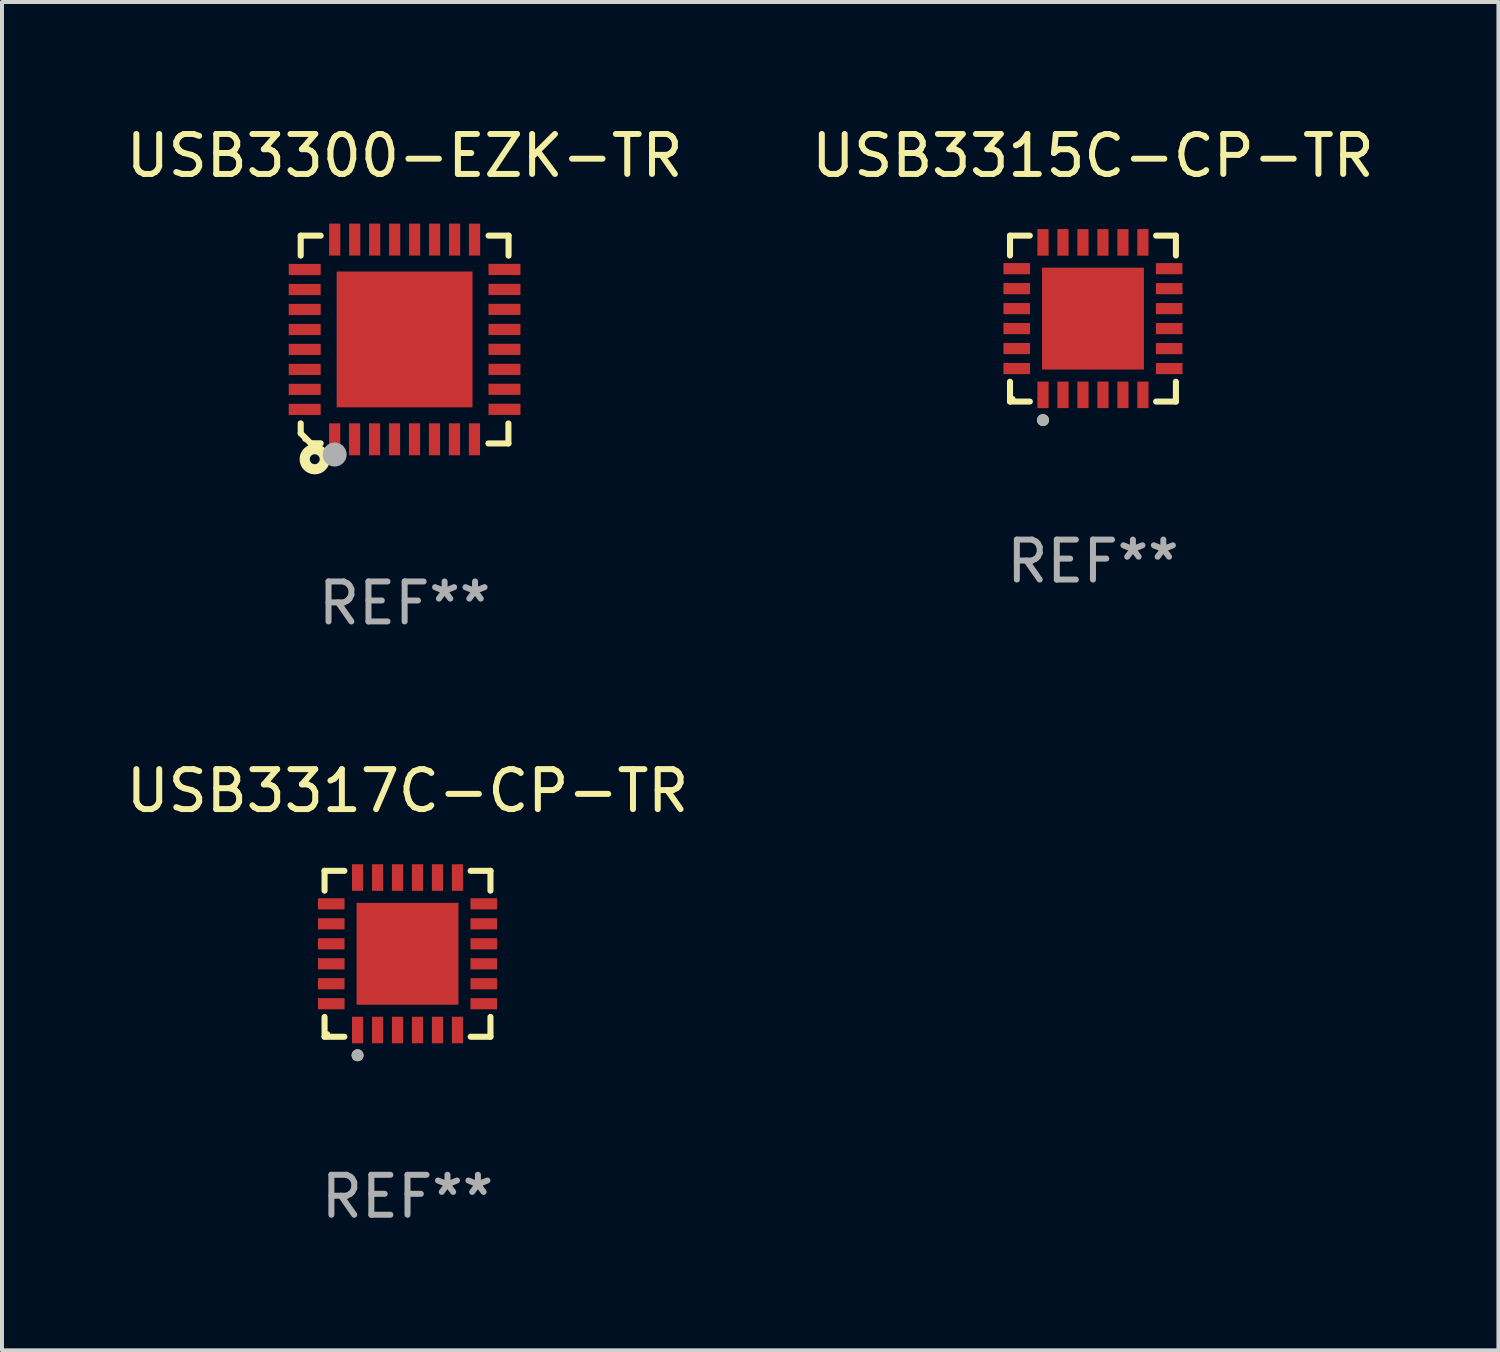
<source format=kicad_pcb>
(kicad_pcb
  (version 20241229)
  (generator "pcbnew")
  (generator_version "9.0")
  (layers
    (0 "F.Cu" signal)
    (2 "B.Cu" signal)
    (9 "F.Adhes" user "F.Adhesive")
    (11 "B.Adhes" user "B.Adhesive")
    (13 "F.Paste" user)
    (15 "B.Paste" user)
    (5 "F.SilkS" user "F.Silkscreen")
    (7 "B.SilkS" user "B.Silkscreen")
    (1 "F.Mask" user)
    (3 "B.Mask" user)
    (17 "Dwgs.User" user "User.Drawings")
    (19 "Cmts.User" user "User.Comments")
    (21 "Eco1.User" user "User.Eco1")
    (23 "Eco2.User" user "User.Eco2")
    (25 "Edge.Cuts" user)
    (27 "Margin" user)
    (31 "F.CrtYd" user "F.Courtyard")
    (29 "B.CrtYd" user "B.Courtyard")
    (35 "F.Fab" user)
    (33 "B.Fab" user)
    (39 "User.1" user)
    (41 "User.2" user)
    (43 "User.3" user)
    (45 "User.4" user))
  (footprint "USB3315C-CP-TR"
    (layer "F.Cu")
    (at 24.304 4.924)
    (property "Reference" "USB3315C-CP-TR" (at 0 -4.076 0) (layer "F.SilkS") (effects (font (size 1 1) (thickness 0.15))))
    (attr through_hole)
    (fp_line (start -2.076 -2.076) (end -1.58 -2.076) (stroke (width 0.152) (type solid)) (layer "F.SilkS"))
    (fp_line (start -2.076 -1.58) (end -2.076 -2.076) (stroke (width 0.152) (type solid)) (layer "F.SilkS"))
    (fp_line (start -2.076 1.58) (end -2.076 2.076) (stroke (width 0.152) (type solid)) (layer "F.SilkS"))
    (fp_line (start -2.076 2.076) (end -1.58 2.076) (stroke (width 0.152) (type solid)) (layer "F.SilkS"))
    (fp_line (start 2.076 -2.076) (end 1.58 -2.076) (stroke (width 0.152) (type solid)) (layer "F.SilkS"))
    (fp_line (start 2.076 -1.58) (end 2.076 -2.076) (stroke (width 0.152) (type solid)) (layer "F.SilkS"))
    (fp_line (start 2.076 1.58) (end 2.076 2.076) (stroke (width 0.152) (type solid)) (layer "F.SilkS"))
    (fp_line (start 2.076 2.076) (end 1.58 2.076) (stroke (width 0.152) (type solid)) (layer "F.SilkS"))
    (fp_circle (center -2 2) (end -1.97 2) (stroke (width 0.06) (type solid)) (fill no) (layer "F.SilkS"))
    (fp_circle (center -1.25 2.54) (end -1.175 2.54) (stroke (width 0.15) (type solid)) (fill no) (layer "F.SilkS"))
    (fp_circle (center -1.25 2.54) (end -1.175 2.54) (stroke (width 0.15) (type solid)) (fill no) (layer "F.Fab"))
    (fp_text user "REF**" (at 0 6.076 0) (layer "F.Fab") (effects (font (size 1 1) (thickness 0.15))))
    (pad "1" smd rect (at -1.25 1.908) (size 0.28 0.665) (layers "F.Cu" "F.Mask" "F.Paste"))
    (pad "2" smd rect (at -0.75 1.908) (size 0.28 0.665) (layers "F.Cu" "F.Mask" "F.Paste"))
    (pad "3" smd rect (at -0.25 1.908) (size 0.28 0.665) (layers "F.Cu" "F.Mask" "F.Paste"))
    (pad "4" smd rect (at 0.25 1.908) (size 0.28 0.665) (layers "F.Cu" "F.Mask" "F.Paste"))
    (pad "5" smd rect (at 0.75 1.908) (size 0.28 0.665) (layers "F.Cu" "F.Mask" "F.Paste"))
    (pad "6" smd rect (at 1.25 1.908) (size 0.28 0.665) (layers "F.Cu" "F.Mask" "F.Paste"))
    (pad "7" smd rect (at 1.908 1.25) (size 0.665 0.28) (layers "F.Cu" "F.Mask" "F.Paste"))
    (pad "8" smd rect (at 1.908 0.75) (size 0.665 0.28) (layers "F.Cu" "F.Mask" "F.Paste"))
    (pad "9" smd rect (at 1.908 0.25) (size 0.665 0.28) (layers "F.Cu" "F.Mask" "F.Paste"))
    (pad "10" smd rect (at 1.908 -0.25) (size 0.665 0.28) (layers "F.Cu" "F.Mask" "F.Paste"))
    (pad "11" smd rect (at 1.908 -0.75) (size 0.665 0.28) (layers "F.Cu" "F.Mask" "F.Paste"))
    (pad "12" smd rect (at 1.908 -1.25) (size 0.665 0.28) (layers "F.Cu" "F.Mask" "F.Paste"))
    (pad "13" smd rect (at 1.25 -1.908) (size 0.28 0.665) (layers "F.Cu" "F.Mask" "F.Paste"))
    (pad "14" smd rect (at 0.75 -1.908) (size 0.28 0.665) (layers "F.Cu" "F.Mask" "F.Paste"))
    (pad "15" smd rect (at 0.25 -1.908) (size 0.28 0.665) (layers "F.Cu" "F.Mask" "F.Paste"))
    (pad "16" smd rect (at -0.25 -1.908) (size 0.28 0.665) (layers "F.Cu" "F.Mask" "F.Paste"))
    (pad "17" smd rect (at -0.75 -1.908) (size 0.28 0.665) (layers "F.Cu" "F.Mask" "F.Paste"))
    (pad "18" smd rect (at -1.25 -1.908) (size 0.28 0.665) (layers "F.Cu" "F.Mask" "F.Paste"))
    (pad "19" smd rect (at -1.908 -1.25) (size 0.665 0.28) (layers "F.Cu" "F.Mask" "F.Paste"))
    (pad "20" smd rect (at -1.908 -0.75) (size 0.665 0.28) (layers "F.Cu" "F.Mask" "F.Paste"))
    (pad "21" smd rect (at -1.908 -0.25) (size 0.665 0.28) (layers "F.Cu" "F.Mask" "F.Paste"))
    (pad "22" smd rect (at -1.908 0.25) (size 0.665 0.28) (layers "F.Cu" "F.Mask" "F.Paste"))
    (pad "23" smd rect (at -1.908 0.75) (size 0.665 0.28) (layers "F.Cu" "F.Mask" "F.Paste"))
    (pad "24" smd rect (at -1.908 1.25) (size 0.665 0.28) (layers "F.Cu" "F.Mask" "F.Paste"))
    (pad "25" smd rect (at 0 0) (size 2.55 2.55) (layers "F.Cu" "F.Mask" "F.Paste")))
  (footprint "USB3300-EZK-TR"
    (layer "F.Cu")
    (at 7.077 5.448)
    (property "Reference" "USB3300-EZK-TR" (at 0 -4.6 0) (layer "F.SilkS") (effects (font (size 1 1) (thickness 0.15))))
    (attr through_hole)
    (fp_line (start -2.601 2.097) (end -2.601 2.347) (stroke (width 0.152) (type solid)) (layer "F.SilkS"))
    (fp_line (start -2.601 2.347) (end -2.351 2.597) (stroke (width 0.152) (type solid)) (layer "F.SilkS"))
    (fp_line (start -2.601 -2.6) (end -2.601 -2.1) (stroke (width 0.152) (type solid)) (layer "F.SilkS"))
    (fp_line (start -2.601 -2.6) (end -2.101 -2.6) (stroke (width 0.152) (type solid)) (layer "F.SilkS"))
    (fp_line (start -2.351 2.597) (end -2.101 2.597) (stroke (width 0.152) (type solid)) (layer "F.SilkS"))
    (fp_line (start 2.597 2.6) (end 2.097 2.6) (stroke (width 0.152) (type solid)) (layer "F.SilkS"))
    (fp_line (start 2.597 2.6) (end 2.597 2.1) (stroke (width 0.152) (type solid)) (layer "F.SilkS"))
    (fp_line (start 2.601 -2.6) (end 2.101 -2.6) (stroke (width 0.152) (type solid)) (layer "F.SilkS"))
    (fp_line (start 2.601 -2.6) (end 2.601 -2.1) (stroke (width 0.152) (type solid)) (layer "F.SilkS"))
    (fp_circle (center -2.501 2.497) (end -2.471 2.497) (stroke (width 0.06) (type solid)) (fill no) (layer "F.SilkS"))
    (fp_circle (center -2.25 2.995) (end -2.125 2.995) (stroke (width 0.254) (type solid)) (fill no) (layer "F.SilkS"))
    (fp_circle (center -1.751 2.878) (end -1.601 2.878) (stroke (width 0.3) (type solid)) (fill no) (layer "F.Fab"))
    (fp_text user "REF**" (at 0 6.6 0) (layer "F.Fab") (effects (font (size 1 1) (thickness 0.15))))
    (pad "1" smd rect (at -1.751 2.497) (size 0.28 0.8) (layers "F.Cu" "F.Mask" "F.Paste"))
    (pad "2" smd rect (at -1.253 2.497) (size 0.28 0.8) (layers "F.Cu" "F.Mask" "F.Paste"))
    (pad "3" smd rect (at -0.753 2.497) (size 0.28 0.8) (layers "F.Cu" "F.Mask" "F.Paste"))
    (pad "4" smd rect (at -0.253 2.497) (size 0.28 0.8) (layers "F.Cu" "F.Mask" "F.Paste"))
    (pad "5" smd rect (at 0.247 2.497) (size 0.28 0.8) (layers "F.Cu" "F.Mask" "F.Paste"))
    (pad "6" smd rect (at 0.747 2.497) (size 0.28 0.8) (layers "F.Cu" "F.Mask" "F.Paste"))
    (pad "7" smd rect (at 1.247 2.497) (size 0.28 0.8) (layers "F.Cu" "F.Mask" "F.Paste"))
    (pad "8" smd rect (at 1.747 2.497) (size 0.28 0.8) (layers "F.Cu" "F.Mask" "F.Paste"))
    (pad "9" smd rect (at 2.499 1.746) (size 0.8 0.28) (layers "F.Cu" "F.Mask" "F.Paste"))
    (pad "10" smd rect (at 2.499 1.245) (size 0.8 0.28) (layers "F.Cu" "F.Mask" "F.Paste"))
    (pad "11" smd rect (at 2.499 0.746) (size 0.8 0.28) (layers "F.Cu" "F.Mask" "F.Paste"))
    (pad "12" smd rect (at 2.499 0.245) (size 0.8 0.28) (layers "F.Cu" "F.Mask" "F.Paste"))
    (pad "13" smd rect (at 2.499 -0.254) (size 0.8 0.28) (layers "F.Cu" "F.Mask" "F.Paste"))
    (pad "14" smd rect (at 2.499 -0.755) (size 0.8 0.28) (layers "F.Cu" "F.Mask" "F.Paste"))
    (pad "15" smd rect (at 2.499 -1.254) (size 0.8 0.28) (layers "F.Cu" "F.Mask" "F.Paste"))
    (pad "16" smd rect (at 2.499 -1.755) (size 0.8 0.28) (layers "F.Cu" "F.Mask" "F.Paste"))
    (pad "17" smd rect (at 1.75 -2.502) (size 0.28 0.8) (layers "F.Cu" "F.Mask" "F.Paste"))
    (pad "18" smd rect (at 1.25 -2.502) (size 0.28 0.8) (layers "F.Cu" "F.Mask" "F.Paste"))
    (pad "19" smd rect (at 0.75 -2.502) (size 0.28 0.8) (layers "F.Cu" "F.Mask" "F.Paste"))
    (pad "20" smd rect (at 0.25 -2.502) (size 0.28 0.8) (layers "F.Cu" "F.Mask" "F.Paste"))
    (pad "21" smd rect (at -0.25 -2.502) (size 0.28 0.8) (layers "F.Cu" "F.Mask" "F.Paste"))
    (pad "22" smd rect (at -0.75 -2.502) (size 0.28 0.8) (layers "F.Cu" "F.Mask" "F.Paste"))
    (pad "23" smd rect (at -1.25 -2.502) (size 0.28 0.8) (layers "F.Cu" "F.Mask" "F.Paste"))
    (pad "24" smd rect (at -1.75 -2.502) (size 0.28 0.8) (layers "F.Cu" "F.Mask" "F.Paste"))
    (pad "25" smd rect (at -2.501 -1.753) (size 0.8 0.28) (layers "F.Cu" "F.Mask" "F.Paste"))
    (pad "26" smd rect (at -2.501 -1.252) (size 0.8 0.28) (layers "F.Cu" "F.Mask" "F.Paste"))
    (pad "27" smd rect (at -2.501 -0.753) (size 0.8 0.28) (layers "F.Cu" "F.Mask" "F.Paste"))
    (pad "28" smd rect (at -2.501 -0.252) (size 0.8 0.28) (layers "F.Cu" "F.Mask" "F.Paste"))
    (pad "29" smd rect (at -2.501 0.247) (size 0.8 0.28) (layers "F.Cu" "F.Mask" "F.Paste"))
    (pad "30" smd rect (at -2.501 0.748) (size 0.8 0.28) (layers "F.Cu" "F.Mask" "F.Paste"))
    (pad "31" smd rect (at -2.501 1.247) (size 0.8 0.28) (layers "F.Cu" "F.Mask" "F.Paste"))
    (pad "32" smd rect (at -2.501 1.748) (size 0.8 0.28) (layers "F.Cu" "F.Mask" "F.Paste"))
    (pad "33" smd rect (at -0.001 -0.003 180) (size 3.4 3.4) (layers "F.Cu" "F.Mask" "F.Paste")))
  (footprint "USB3317C-CP-TR"
    (layer "F.Cu")
    (at 7.149 20.821)
    (property "Reference" "USB3317C-CP-TR" (at 0 -4.076 0) (layer "F.SilkS") (effects (font (size 1 1) (thickness 0.15))))
    (attr through_hole)
    (fp_line (start -2.076 -2.076) (end -1.58 -2.076) (stroke (width 0.152) (type solid)) (layer "F.SilkS"))
    (fp_line (start -2.076 -1.58) (end -2.076 -2.076) (stroke (width 0.152) (type solid)) (layer "F.SilkS"))
    (fp_line (start -2.076 1.58) (end -2.076 2.076) (stroke (width 0.152) (type solid)) (layer "F.SilkS"))
    (fp_line (start -2.076 2.076) (end -1.58 2.076) (stroke (width 0.152) (type solid)) (layer "F.SilkS"))
    (fp_line (start 2.076 -2.076) (end 1.58 -2.076) (stroke (width 0.152) (type solid)) (layer "F.SilkS"))
    (fp_line (start 2.076 -1.58) (end 2.076 -2.076) (stroke (width 0.152) (type solid)) (layer "F.SilkS"))
    (fp_line (start 2.076 1.58) (end 2.076 2.076) (stroke (width 0.152) (type solid)) (layer "F.SilkS"))
    (fp_line (start 2.076 2.076) (end 1.58 2.076) (stroke (width 0.152) (type solid)) (layer "F.SilkS"))
    (fp_circle (center -2 2) (end -1.97 2) (stroke (width 0.06) (type solid)) (fill no) (layer "F.SilkS"))
    (fp_circle (center -1.25 2.54) (end -1.175 2.54) (stroke (width 0.15) (type solid)) (fill no) (layer "F.SilkS"))
    (fp_circle (center -1.25 2.54) (end -1.175 2.54) (stroke (width 0.15) (type solid)) (fill no) (layer "F.Fab"))
    (fp_text user "REF**" (at 0 6.076 0) (layer "F.Fab") (effects (font (size 1 1) (thickness 0.15))))
    (pad "1" smd rect (at -1.25 1.908) (size 0.28 0.665) (layers "F.Cu" "F.Mask" "F.Paste"))
    (pad "2" smd rect (at -0.75 1.908) (size 0.28 0.665) (layers "F.Cu" "F.Mask" "F.Paste"))
    (pad "3" smd rect (at -0.25 1.908) (size 0.28 0.665) (layers "F.Cu" "F.Mask" "F.Paste"))
    (pad "4" smd rect (at 0.25 1.908) (size 0.28 0.665) (layers "F.Cu" "F.Mask" "F.Paste"))
    (pad "5" smd rect (at 0.75 1.908) (size 0.28 0.665) (layers "F.Cu" "F.Mask" "F.Paste"))
    (pad "6" smd rect (at 1.25 1.908) (size 0.28 0.665) (layers "F.Cu" "F.Mask" "F.Paste"))
    (pad "7" smd rect (at 1.908 1.25) (size 0.665 0.28) (layers "F.Cu" "F.Mask" "F.Paste"))
    (pad "8" smd rect (at 1.908 0.75) (size 0.665 0.28) (layers "F.Cu" "F.Mask" "F.Paste"))
    (pad "9" smd rect (at 1.908 0.25) (size 0.665 0.28) (layers "F.Cu" "F.Mask" "F.Paste"))
    (pad "10" smd rect (at 1.908 -0.25) (size 0.665 0.28) (layers "F.Cu" "F.Mask" "F.Paste"))
    (pad "11" smd rect (at 1.908 -0.75) (size 0.665 0.28) (layers "F.Cu" "F.Mask" "F.Paste"))
    (pad "12" smd rect (at 1.908 -1.25) (size 0.665 0.28) (layers "F.Cu" "F.Mask" "F.Paste"))
    (pad "13" smd rect (at 1.25 -1.908) (size 0.28 0.665) (layers "F.Cu" "F.Mask" "F.Paste"))
    (pad "14" smd rect (at 0.75 -1.908) (size 0.28 0.665) (layers "F.Cu" "F.Mask" "F.Paste"))
    (pad "15" smd rect (at 0.25 -1.908) (size 0.28 0.665) (layers "F.Cu" "F.Mask" "F.Paste"))
    (pad "16" smd rect (at -0.25 -1.908) (size 0.28 0.665) (layers "F.Cu" "F.Mask" "F.Paste"))
    (pad "17" smd rect (at -0.75 -1.908) (size 0.28 0.665) (layers "F.Cu" "F.Mask" "F.Paste"))
    (pad "18" smd rect (at -1.25 -1.908) (size 0.28 0.665) (layers "F.Cu" "F.Mask" "F.Paste"))
    (pad "19" smd rect (at -1.908 -1.25) (size 0.665 0.28) (layers "F.Cu" "F.Mask" "F.Paste"))
    (pad "20" smd rect (at -1.908 -0.75) (size 0.665 0.28) (layers "F.Cu" "F.Mask" "F.Paste"))
    (pad "21" smd rect (at -1.908 -0.25) (size 0.665 0.28) (layers "F.Cu" "F.Mask" "F.Paste"))
    (pad "22" smd rect (at -1.908 0.25) (size 0.665 0.28) (layers "F.Cu" "F.Mask" "F.Paste"))
    (pad "23" smd rect (at -1.908 0.75) (size 0.665 0.28) (layers "F.Cu" "F.Mask" "F.Paste"))
    (pad "24" smd rect (at -1.908 1.25) (size 0.665 0.28) (layers "F.Cu" "F.Mask" "F.Paste"))
    (pad "25" smd rect (at 0 0) (size 2.55 2.55) (layers "F.Cu" "F.Mask" "F.Paste")))
  (gr_rect
    (start -3 -3)
    (end 34.452 30.745)
    (stroke (width 0.1) (type default))
    (fill no)
    (layer "Edge.Cuts")))
</source>
